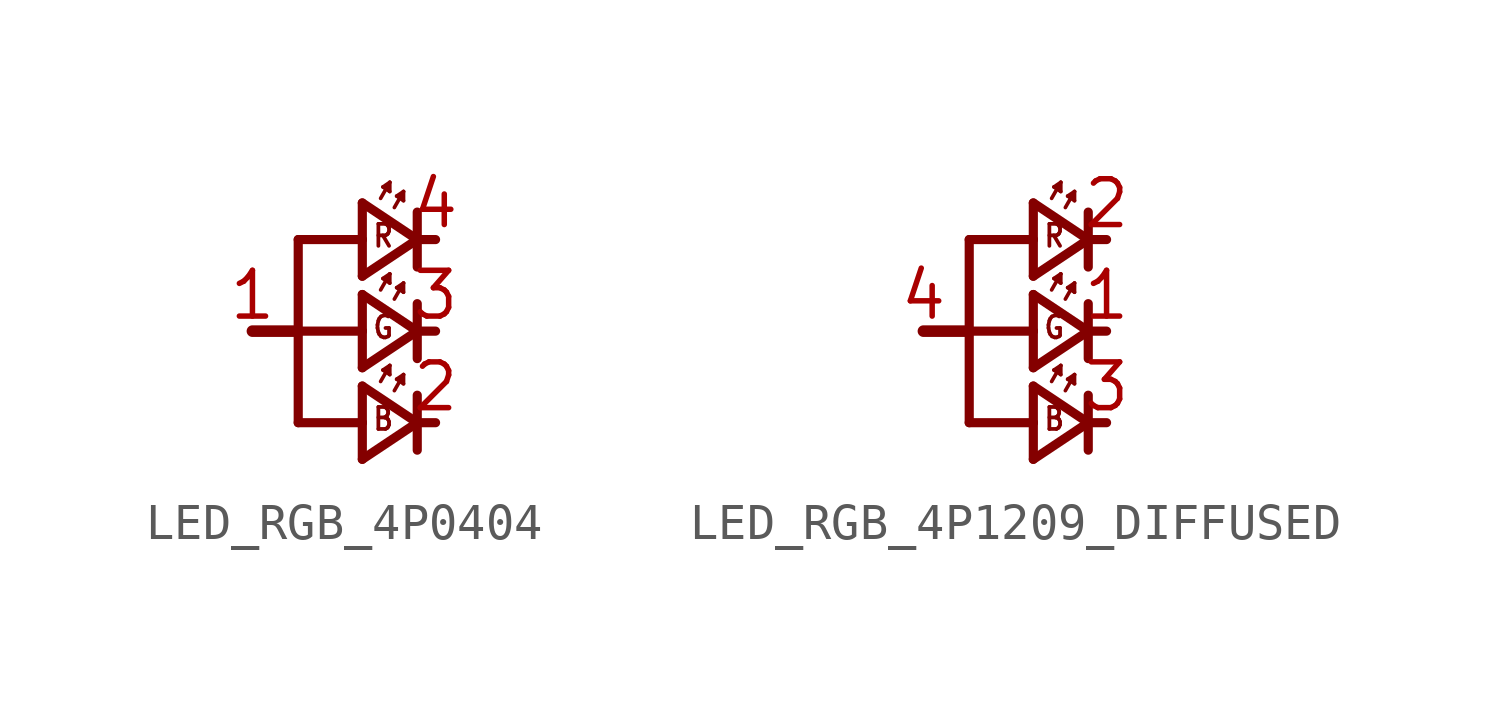
<source format=kicad_sym>
(kicad_symbol_lib
  (version 20220914)
  (generator kicad_symbol_editor)
  (symbol "LED_RGB_4P0404"
    (property "Reference" "RGB"
      (at 0 0 0)
      (effects (font (size 1.27 1.27)) hide))
    (property "ki_locked" ""
      (at 0 0 0)
      (effects (font (size 1.27 1.27))))
    (symbol "LED_RGB_4P0404_1_0"
      (polyline (pts (xy -3.81 -2.54) (xy -3.81 0)) (stroke (width 0.254) (type solid)) (fill (type none)))
      (polyline (pts (xy -3.81 0) (xy -5.08 0)) (stroke (width 0.323) (type solid)) (fill (type none)))
      (polyline (pts (xy -3.81 2.54) (xy -3.81 0)) (stroke (width 0.254) (type solid)) (fill (type none)))
      (polyline (pts (xy -2.032 -3.556) (xy -2.032 -2.54)) (stroke (width 0.254) (type solid)) (fill (type none)))
      (polyline (pts (xy -2.032 -2.54) (xy -3.81 -2.54)) (stroke (width 0.254) (type solid)) (fill (type none)))
      (polyline (pts (xy -2.032 -2.54) (xy -2.032 -1.524)) (stroke (width 0.254) (type solid)) (fill (type none)))
      (polyline (pts (xy -2.032 -1.524) (xy -0.508 -2.54)) (stroke (width 0.254) (type solid)) (fill (type none)))
      (polyline (pts (xy -2.032 -1.016) (xy -2.032 0)) (stroke (width 0.254) (type solid)) (fill (type none)))
      (polyline (pts (xy -2.032 0) (xy -3.81 0)) (stroke (width 0.254) (type solid)) (fill (type none)))
      (polyline (pts (xy -2.032 0) (xy -2.032 1.016)) (stroke (width 0.254) (type solid)) (fill (type none)))
      (polyline (pts (xy -2.032 1.016) (xy -0.508 0)) (stroke (width 0.254) (type solid)) (fill (type none)))
      (polyline (pts (xy -2.032 1.524) (xy -2.032 2.54)) (stroke (width 0.254) (type solid)) (fill (type none)))
      (polyline (pts (xy -2.032 2.54) (xy -3.81 2.54)) (stroke (width 0.254) (type solid)) (fill (type none)))
      (polyline (pts (xy -2.032 2.54) (xy -2.032 3.556)) (stroke (width 0.254) (type solid)) (fill (type none)))
      (polyline (pts (xy -2.032 3.556) (xy -0.508 2.54)) (stroke (width 0.254) (type solid)) (fill (type none)))
      (polyline (pts (xy -1.524 -1.397) (xy -1.27 -0.953)) (stroke (width 0.102) (type solid)) (fill (type none)))
      (polyline (pts (xy -1.524 1.143) (xy -1.27 1.587)) (stroke (width 0.102) (type solid)) (fill (type none)))
      (polyline (pts (xy -1.524 3.683) (xy -1.27 4.128)) (stroke (width 0.102) (type solid)) (fill (type none)))
      (polyline (pts (xy -1.46 -1.079) (xy -1.27 -1.206)) (stroke (width 0.102) (type solid)) (fill (type none)))
      (polyline (pts (xy -1.46 1.46) (xy -1.27 1.333)) (stroke (width 0.102) (type solid)) (fill (type none)))
      (polyline (pts (xy -1.46 4) (xy -1.27 3.873)) (stroke (width 0.102) (type solid)) (fill (type none)))
      (polyline (pts (xy -1.27 -1.206) (xy -1.27 -0.953)) (stroke (width 0.102) (type solid)) (fill (type none)))
      (polyline (pts (xy -1.27 -0.953) (xy -1.46 -1.079)) (stroke (width 0.102) (type solid)) (fill (type none)))
      (polyline (pts (xy -1.27 1.333) (xy -1.27 1.587)) (stroke (width 0.102) (type solid)) (fill (type none)))
      (polyline (pts (xy -1.27 1.587) (xy -1.46 1.46)) (stroke (width 0.102) (type solid)) (fill (type none)))
      (polyline (pts (xy -1.27 3.873) (xy -1.27 4.128)) (stroke (width 0.102) (type solid)) (fill (type none)))
      (polyline (pts (xy -1.27 4.128) (xy -1.46 4)) (stroke (width 0.102) (type solid)) (fill (type none)))
      (polyline (pts (xy -1.143 -1.651) (xy -0.889 -1.206)) (stroke (width 0.102) (type solid)) (fill (type none)))
      (polyline (pts (xy -1.143 0.889) (xy -0.889 1.333)) (stroke (width 0.102) (type solid)) (fill (type none)))
      (polyline (pts (xy -1.143 3.429) (xy -0.889 3.873)) (stroke (width 0.102) (type solid)) (fill (type none)))
      (polyline (pts (xy -1.079 -1.333) (xy -0.889 -1.46)) (stroke (width 0.102) (type solid)) (fill (type none)))
      (polyline (pts (xy -1.079 1.206) (xy -0.889 1.079)) (stroke (width 0.102) (type solid)) (fill (type none)))
      (polyline (pts (xy -1.079 3.747) (xy -0.889 3.619)) (stroke (width 0.102) (type solid)) (fill (type none)))
      (polyline (pts (xy -0.889 -1.46) (xy -0.889 -1.206)) (stroke (width 0.102) (type solid)) (fill (type none)))
      (polyline (pts (xy -0.889 -1.206) (xy -1.079 -1.333)) (stroke (width 0.102) (type solid)) (fill (type none)))
      (polyline (pts (xy -0.889 1.079) (xy -0.889 1.333)) (stroke (width 0.102) (type solid)) (fill (type none)))
      (polyline (pts (xy -0.889 1.333) (xy -1.079 1.206)) (stroke (width 0.102) (type solid)) (fill (type none)))
      (polyline (pts (xy -0.889 3.619) (xy -0.889 3.873)) (stroke (width 0.102) (type solid)) (fill (type none)))
      (polyline (pts (xy -0.889 3.873) (xy -1.079 3.747)) (stroke (width 0.102) (type solid)) (fill (type none)))
      (polyline (pts (xy -0.508 -2.54) (xy -2.032 -3.556)) (stroke (width 0.254) (type solid)) (fill (type none)))
      (polyline (pts (xy -0.508 -2.54) (xy -0.508 -3.302)) (stroke (width 0.254) (type solid)) (fill (type none)))
      (polyline (pts (xy -0.508 -2.54) (xy 0 -2.54)) (stroke (width 0.254) (type solid)) (fill (type none)))
      (polyline (pts (xy -0.508 -1.778) (xy -0.508 -2.54)) (stroke (width 0.254) (type solid)) (fill (type none)))
      (polyline (pts (xy -0.508 0) (xy -2.032 -1.016)) (stroke (width 0.254) (type solid)) (fill (type none)))
      (polyline (pts (xy -0.508 0) (xy -0.508 -0.762)) (stroke (width 0.254) (type solid)) (fill (type none)))
      (polyline (pts (xy -0.508 0) (xy 0 0)) (stroke (width 0.254) (type solid)) (fill (type none)))
      (polyline (pts (xy -0.508 0.762) (xy -0.508 0)) (stroke (width 0.254) (type solid)) (fill (type none)))
      (polyline (pts (xy -0.508 2.54) (xy -2.032 1.524)) (stroke (width 0.254) (type solid)) (fill (type none)))
      (polyline (pts (xy -0.508 2.54) (xy -0.508 1.778)) (stroke (width 0.254) (type solid)) (fill (type none)))
      (polyline (pts (xy -0.508 2.54) (xy 0 2.54)) (stroke (width 0.254) (type solid)) (fill (type none)))
      (polyline (pts (xy -0.508 3.302) (xy -0.508 2.54)) (stroke (width 0.254) (type solid)) (fill (type none)))
      (text "B" (at -1.778 -2.794 0) (effects (font (size 0.61 0.518) (thickness 0.104) bold) (justify left bottom)))
      (text "G" (at -1.778 -0.254 0) (effects (font (size 0.61 0.518) (thickness 0.104) bold) (justify left bottom)))
      (text "R" (at -1.778 2.286 0) (effects (font (size 0.61 0.518) (thickness 0.104) bold) (justify left bottom)))
      (pin bidirectional line (at -5.08 0 0) (length 0) (name "A" (effects (font (size 0 0)))) (number "1" (effects (font (size 1.27 1.27)))))
      (pin bidirectional line (at 0 -2.54 180) (length 0) (name "BC" (effects (font (size 0 0)))) (number "2" (effects (font (size 1.27 1.27)))))
      (pin bidirectional line (at 0 0 180) (length 0) (name "GC" (effects (font (size 0 0)))) (number "3" (effects (font (size 1.27 1.27)))))
      (pin bidirectional line (at 0 2.54 180) (length 0) (name "RC" (effects (font (size 0 0)))) (number "4" (effects (font (size 1.27 1.27)))))))
  (symbol "LED_RGB_4P1209_DIFFUSED"
    (property "Reference" "RGB"
      (at 0 0 0)
      (effects (font (size 1.27 1.27)) hide))
    (property "ki_locked" ""
      (at 0 0 0)
      (effects (font (size 1.27 1.27))))
    (symbol "LED_RGB_4P1209_DIFFUSED_1_0"
      (polyline (pts (xy -3.81 -2.54) (xy -3.81 0)) (stroke (width 0.254) (type solid)) (fill (type none)))
      (polyline (pts (xy -3.81 0) (xy -5.08 0)) (stroke (width 0.323) (type solid)) (fill (type none)))
      (polyline (pts (xy -3.81 2.54) (xy -3.81 0)) (stroke (width 0.254) (type solid)) (fill (type none)))
      (polyline (pts (xy -2.032 -3.556) (xy -2.032 -2.54)) (stroke (width 0.254) (type solid)) (fill (type none)))
      (polyline (pts (xy -2.032 -2.54) (xy -3.81 -2.54)) (stroke (width 0.254) (type solid)) (fill (type none)))
      (polyline (pts (xy -2.032 -2.54) (xy -2.032 -1.524)) (stroke (width 0.254) (type solid)) (fill (type none)))
      (polyline (pts (xy -2.032 -1.524) (xy -0.508 -2.54)) (stroke (width 0.254) (type solid)) (fill (type none)))
      (polyline (pts (xy -2.032 -1.016) (xy -2.032 0)) (stroke (width 0.254) (type solid)) (fill (type none)))
      (polyline (pts (xy -2.032 0) (xy -3.81 0)) (stroke (width 0.254) (type solid)) (fill (type none)))
      (polyline (pts (xy -2.032 0) (xy -2.032 1.016)) (stroke (width 0.254) (type solid)) (fill (type none)))
      (polyline (pts (xy -2.032 1.016) (xy -0.508 0)) (stroke (width 0.254) (type solid)) (fill (type none)))
      (polyline (pts (xy -2.032 1.524) (xy -2.032 2.54)) (stroke (width 0.254) (type solid)) (fill (type none)))
      (polyline (pts (xy -2.032 2.54) (xy -3.81 2.54)) (stroke (width 0.254) (type solid)) (fill (type none)))
      (polyline (pts (xy -2.032 2.54) (xy -2.032 3.556)) (stroke (width 0.254) (type solid)) (fill (type none)))
      (polyline (pts (xy -2.032 3.556) (xy -0.508 2.54)) (stroke (width 0.254) (type solid)) (fill (type none)))
      (polyline (pts (xy -1.524 -1.397) (xy -1.27 -0.953)) (stroke (width 0.102) (type solid)) (fill (type none)))
      (polyline (pts (xy -1.524 1.143) (xy -1.27 1.587)) (stroke (width 0.102) (type solid)) (fill (type none)))
      (polyline (pts (xy -1.524 3.683) (xy -1.27 4.128)) (stroke (width 0.102) (type solid)) (fill (type none)))
      (polyline (pts (xy -1.46 -1.079) (xy -1.27 -1.206)) (stroke (width 0.102) (type solid)) (fill (type none)))
      (polyline (pts (xy -1.46 1.46) (xy -1.27 1.333)) (stroke (width 0.102) (type solid)) (fill (type none)))
      (polyline (pts (xy -1.46 4) (xy -1.27 3.873)) (stroke (width 0.102) (type solid)) (fill (type none)))
      (polyline (pts (xy -1.27 -1.206) (xy -1.27 -0.953)) (stroke (width 0.102) (type solid)) (fill (type none)))
      (polyline (pts (xy -1.27 -0.953) (xy -1.46 -1.079)) (stroke (width 0.102) (type solid)) (fill (type none)))
      (polyline (pts (xy -1.27 1.333) (xy -1.27 1.587)) (stroke (width 0.102) (type solid)) (fill (type none)))
      (polyline (pts (xy -1.27 1.587) (xy -1.46 1.46)) (stroke (width 0.102) (type solid)) (fill (type none)))
      (polyline (pts (xy -1.27 3.873) (xy -1.27 4.128)) (stroke (width 0.102) (type solid)) (fill (type none)))
      (polyline (pts (xy -1.27 4.128) (xy -1.46 4)) (stroke (width 0.102) (type solid)) (fill (type none)))
      (polyline (pts (xy -1.143 -1.651) (xy -0.889 -1.206)) (stroke (width 0.102) (type solid)) (fill (type none)))
      (polyline (pts (xy -1.143 0.889) (xy -0.889 1.333)) (stroke (width 0.102) (type solid)) (fill (type none)))
      (polyline (pts (xy -1.143 3.429) (xy -0.889 3.873)) (stroke (width 0.102) (type solid)) (fill (type none)))
      (polyline (pts (xy -1.079 -1.333) (xy -0.889 -1.46)) (stroke (width 0.102) (type solid)) (fill (type none)))
      (polyline (pts (xy -1.079 1.206) (xy -0.889 1.079)) (stroke (width 0.102) (type solid)) (fill (type none)))
      (polyline (pts (xy -1.079 3.747) (xy -0.889 3.619)) (stroke (width 0.102) (type solid)) (fill (type none)))
      (polyline (pts (xy -0.889 -1.46) (xy -0.889 -1.206)) (stroke (width 0.102) (type solid)) (fill (type none)))
      (polyline (pts (xy -0.889 -1.206) (xy -1.079 -1.333)) (stroke (width 0.102) (type solid)) (fill (type none)))
      (polyline (pts (xy -0.889 1.079) (xy -0.889 1.333)) (stroke (width 0.102) (type solid)) (fill (type none)))
      (polyline (pts (xy -0.889 1.333) (xy -1.079 1.206)) (stroke (width 0.102) (type solid)) (fill (type none)))
      (polyline (pts (xy -0.889 3.619) (xy -0.889 3.873)) (stroke (width 0.102) (type solid)) (fill (type none)))
      (polyline (pts (xy -0.889 3.873) (xy -1.079 3.747)) (stroke (width 0.102) (type solid)) (fill (type none)))
      (polyline (pts (xy -0.508 -2.54) (xy -2.032 -3.556)) (stroke (width 0.254) (type solid)) (fill (type none)))
      (polyline (pts (xy -0.508 -2.54) (xy -0.508 -3.302)) (stroke (width 0.254) (type solid)) (fill (type none)))
      (polyline (pts (xy -0.508 -2.54) (xy 0 -2.54)) (stroke (width 0.254) (type solid)) (fill (type none)))
      (polyline (pts (xy -0.508 -1.778) (xy -0.508 -2.54)) (stroke (width 0.254) (type solid)) (fill (type none)))
      (polyline (pts (xy -0.508 0) (xy -2.032 -1.016)) (stroke (width 0.254) (type solid)) (fill (type none)))
      (polyline (pts (xy -0.508 0) (xy -0.508 -0.762)) (stroke (width 0.254) (type solid)) (fill (type none)))
      (polyline (pts (xy -0.508 0) (xy 0 0)) (stroke (width 0.254) (type solid)) (fill (type none)))
      (polyline (pts (xy -0.508 0.762) (xy -0.508 0)) (stroke (width 0.254) (type solid)) (fill (type none)))
      (polyline (pts (xy -0.508 2.54) (xy -2.032 1.524)) (stroke (width 0.254) (type solid)) (fill (type none)))
      (polyline (pts (xy -0.508 2.54) (xy -0.508 1.778)) (stroke (width 0.254) (type solid)) (fill (type none)))
      (polyline (pts (xy -0.508 2.54) (xy 0 2.54)) (stroke (width 0.254) (type solid)) (fill (type none)))
      (polyline (pts (xy -0.508 3.302) (xy -0.508 2.54)) (stroke (width 0.254) (type solid)) (fill (type none)))
      (text "B" (at -1.778 -2.794 0) (effects (font (size 0.61 0.518) (thickness 0.104) bold) (justify left bottom)))
      (text "G" (at -1.778 -0.254 0) (effects (font (size 0.61 0.518) (thickness 0.104) bold) (justify left bottom)))
      (text "R" (at -1.778 2.286 0) (effects (font (size 0.61 0.518) (thickness 0.104) bold) (justify left bottom)))
      (pin bidirectional line (at 0 0 180) (length 0) (name "GC" (effects (font (size 0 0)))) (number "1" (effects (font (size 1.27 1.27)))))
      (pin bidirectional line (at 0 2.54 180) (length 0) (name "RC" (effects (font (size 0 0)))) (number "2" (effects (font (size 1.27 1.27)))))
      (pin bidirectional line (at 0 -2.54 180) (length 0) (name "BC" (effects (font (size 0 0)))) (number "3" (effects (font (size 1.27 1.27)))))
      (pin bidirectional line (at -5.08 0 0) (length 0) (name "A" (effects (font (size 0 0)))) (number "4" (effects (font (size 1.27 1.27))))))))
</source>
